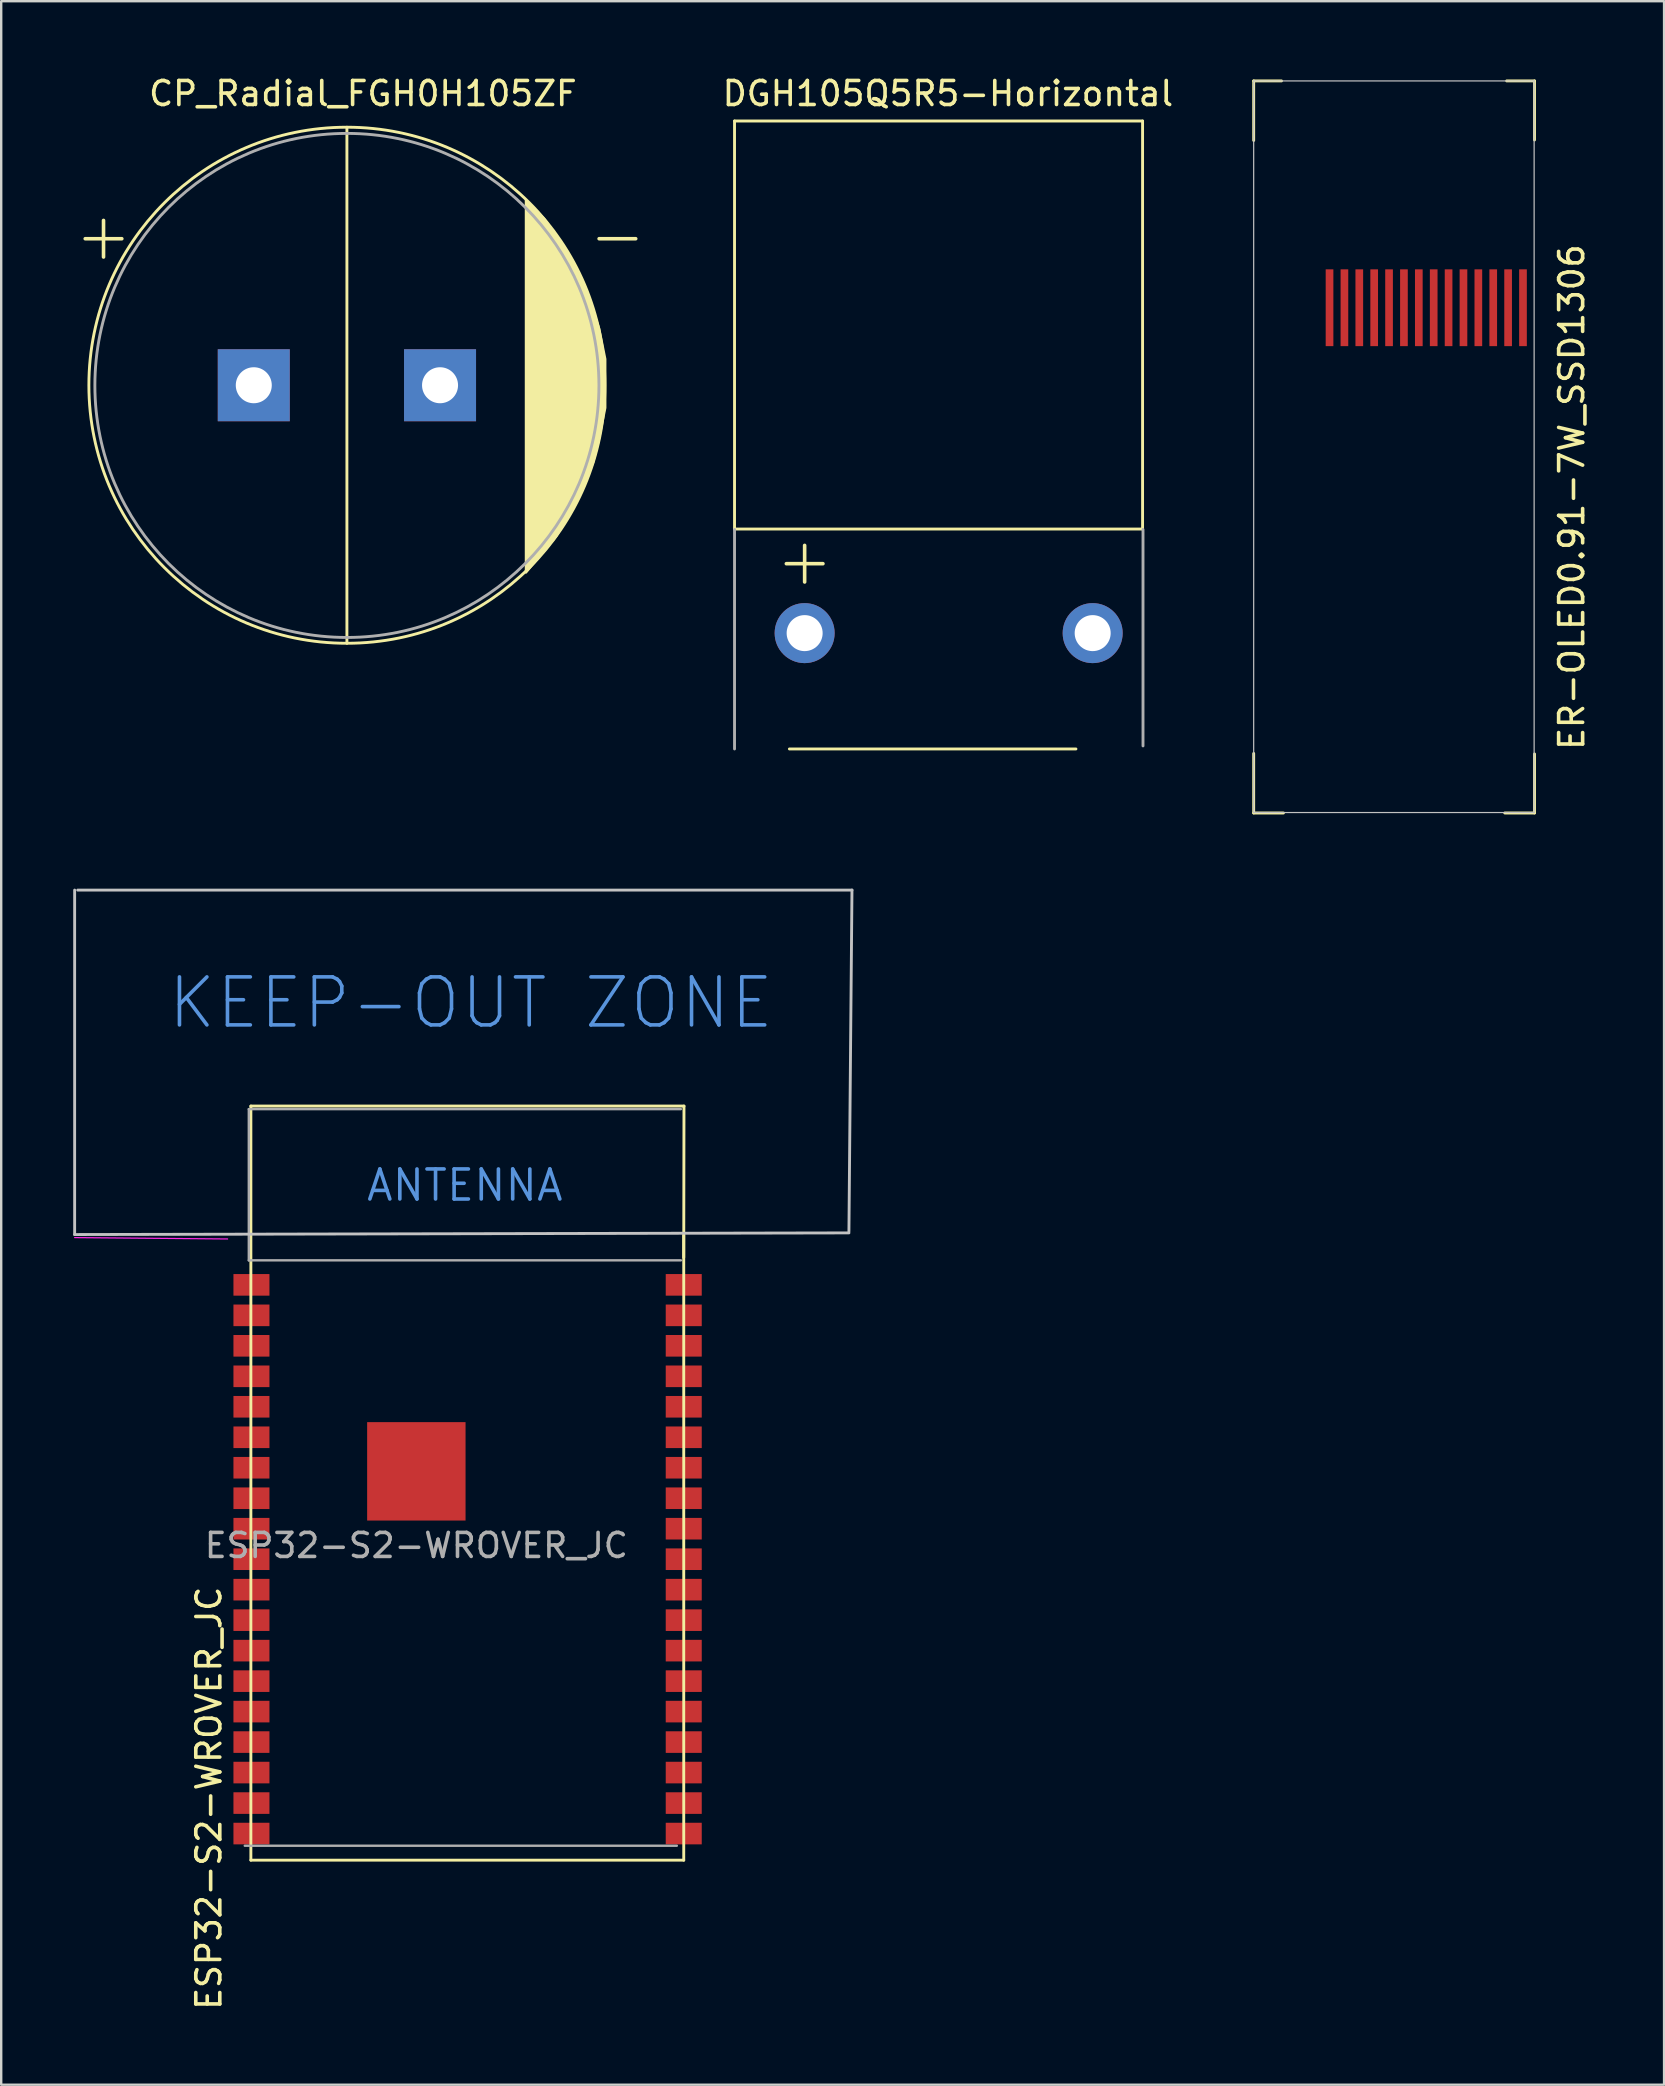
<source format=kicad_pcb>
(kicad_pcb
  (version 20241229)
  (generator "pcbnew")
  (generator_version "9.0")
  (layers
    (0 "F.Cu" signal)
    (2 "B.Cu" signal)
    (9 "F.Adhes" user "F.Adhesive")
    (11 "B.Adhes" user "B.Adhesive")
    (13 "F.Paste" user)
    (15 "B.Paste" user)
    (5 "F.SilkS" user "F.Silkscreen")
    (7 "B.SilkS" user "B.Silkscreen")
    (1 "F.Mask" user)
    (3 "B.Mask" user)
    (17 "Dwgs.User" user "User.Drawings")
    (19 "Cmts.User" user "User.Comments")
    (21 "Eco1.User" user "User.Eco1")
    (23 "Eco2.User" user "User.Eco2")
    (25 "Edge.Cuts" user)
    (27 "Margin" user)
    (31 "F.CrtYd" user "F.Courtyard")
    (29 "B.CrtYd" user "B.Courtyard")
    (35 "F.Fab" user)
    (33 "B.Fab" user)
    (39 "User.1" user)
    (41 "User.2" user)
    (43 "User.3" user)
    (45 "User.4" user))
  (footprint "ESP32-S2-WROVER_JC"
    (layer "F.Cu")
    (at 16.062 61.338)
    (property "Reference" "ESP32-S2-WROVER_JC" (at -10.41 10.53 90) (layer "F.SilkS") (effects (font (size 1 1) (thickness 0.15))))
    (attr smd)
    (fp_line (start -8.66 -18.307) (end -8.66 13.111) (stroke (width 0.12) (type solid)) (layer "F.SilkS"))
    (fp_line (start -8.66 -18.307) (end 9.384 -18.307) (stroke (width 0.12) (type solid)) (layer "F.SilkS"))
    (fp_line (start -8.66 13.111) (end 9.374 13.111) (stroke (width 0.12) (type solid)) (layer "F.SilkS"))
    (fp_line (start 9.374 -12.924) (end 9.374 13.111) (stroke (width 0.12) (type solid)) (layer "F.SilkS"))
    (fp_line (start 9.374 -12.002) (end 9.384 -18.307) (stroke (width 0.12) (type solid)) (layer "F.SilkS"))
    (fp_line (start -16.002 -27.305) (end -16.002 -12.954) (stroke (width 0.12) (type solid)) (layer "Dwgs.User"))
    (fp_line (start -16.002 -12.954) (end 16.256 -13.023) (stroke (width 0.12) (type solid)) (layer "Dwgs.User"))
    (fp_line (start -15.875 -27.305) (end 16.383 -27.305) (stroke (width 0.12) (type solid)) (layer "Dwgs.User"))
    (fp_line (start 16.383 -27.305) (end 16.256 -13.081) (stroke (width 0.12) (type solid)) (layer "Dwgs.User"))
    (fp_line (start -16.002 -12.827) (end -9.63 -12.77) (stroke (width 0.05) (type solid)) (layer "F.CrtYd"))
    (fp_line (start -8.914 12.509) (end 9.086 12.509) (stroke (width 0.1) (type solid)) (layer "F.Fab"))
    (fp_line (start -8.746 -18.18) (end 9.254 -18.18) (stroke (width 0.1) (type solid)) (layer "F.Fab"))
    (fp_line (start -8.746 -18.177) (end -8.746 -11.877) (stroke (width 0.1) (type solid)) (layer "F.Fab"))
    (fp_line (start 9.254 -11.88) (end -8.746 -11.88) (stroke (width 0.1) (type solid)) (layer "F.Fab"))
    (fp_text user "KEEP-OUT ZONE" (at 0.508 -22.606 0) (layer "Cmts.User") (effects (font (size 2 2) (thickness 0.15))))
    (fp_text user "ANTENNA" (at 0.254 -15.007 0) (layer "Cmts.User") (effects (font (size 1.25 1.25) (thickness 0.15))))
    (fp_text user "${REFERENCE}" (at -1.766 0 0) (layer "F.Fab") (effects (font (size 1 1) (thickness 0.15))))
    (pad "1" smd rect (at -8.636 -10.858 180) (size 1.5 0.9) (layers "F.Cu" "F.Mask" "F.Paste"))
    (pad "2" smd rect (at -8.636 -9.588 180) (size 1.5 0.9) (layers "F.Cu" "F.Mask" "F.Paste"))
    (pad "3" smd rect (at -8.636 -8.319 180) (size 1.5 0.9) (layers "F.Cu" "F.Mask" "F.Paste"))
    (pad "4" smd rect (at -8.636 -7.048 180) (size 1.5 0.9) (layers "F.Cu" "F.Mask" "F.Paste"))
    (pad "5" smd rect (at -8.636 -5.779 180) (size 1.5 0.9) (layers "F.Cu" "F.Mask" "F.Paste"))
    (pad "6" smd rect (at -8.636 -4.508 180) (size 1.5 0.9) (layers "F.Cu" "F.Mask" "F.Paste"))
    (pad "7" smd rect (at -8.636 -3.239 180) (size 1.5 0.9) (layers "F.Cu" "F.Mask" "F.Paste"))
    (pad "8" smd rect (at -8.636 -1.968 180) (size 1.5 0.9) (layers "F.Cu" "F.Mask" "F.Paste"))
    (pad "9" smd rect (at -8.636 -0.699 180) (size 1.5 0.9) (layers "F.Cu" "F.Mask" "F.Paste"))
    (pad "10" smd rect (at -8.636 0.572 180) (size 1.5 0.9) (layers "F.Cu" "F.Mask" "F.Paste"))
    (pad "11" smd rect (at -8.636 1.841 180) (size 1.5 0.9) (layers "F.Cu" "F.Mask" "F.Paste"))
    (pad "12" smd rect (at -8.636 3.111 180) (size 1.5 0.9) (layers "F.Cu" "F.Mask" "F.Paste"))
    (pad "13" smd rect (at -8.636 4.381 180) (size 1.5 0.9) (layers "F.Cu" "F.Mask" "F.Paste"))
    (pad "14" smd rect (at -8.636 5.652 180) (size 1.5 0.9) (layers "F.Cu" "F.Mask" "F.Paste"))
    (pad "15" smd rect (at -8.636 6.921 180) (size 1.5 0.9) (layers "F.Cu" "F.Mask" "F.Paste"))
    (pad "16" smd rect (at -8.636 8.191 180) (size 1.5 0.9) (layers "F.Cu" "F.Mask" "F.Paste"))
    (pad "17" smd rect (at -8.636 9.461 180) (size 1.5 0.9) (layers "F.Cu" "F.Mask" "F.Paste"))
    (pad "18" smd rect (at -8.636 10.732 90) (size 0.9 1.5) (layers "F.Cu" "F.Mask" "F.Paste"))
    (pad "19" smd rect (at -8.636 12.002 90) (size 0.9 1.5) (layers "F.Cu" "F.Mask" "F.Paste"))
    (pad "20" smd rect (at 9.374 12.002 90) (size 0.9 1.5) (layers "F.Cu" "F.Mask" "F.Paste"))
    (pad "21" smd rect (at 9.374 10.732 90) (size 0.9 1.5) (layers "F.Cu" "F.Mask" "F.Paste"))
    (pad "22" smd rect (at 9.374 9.461 90) (size 0.9 1.5) (layers "F.Cu" "F.Mask" "F.Paste"))
    (pad "23" smd rect (at 9.374 8.191 90) (size 0.9 1.5) (layers "F.Cu" "F.Mask" "F.Paste"))
    (pad "24" smd rect (at 9.374 6.921 90) (size 0.9 1.5) (layers "F.Cu" "F.Mask" "F.Paste"))
    (pad "25" smd rect (at 9.374 5.652 90) (size 0.9 1.5) (layers "F.Cu" "F.Mask" "F.Paste"))
    (pad "26" smd rect (at 9.374 4.381 90) (size 0.9 1.5) (layers "F.Cu" "F.Mask" "F.Paste"))
    (pad "27" smd rect (at 9.374 3.111) (size 1.5 0.9) (layers "F.Cu" "F.Mask" "F.Paste"))
    (pad "28" smd rect (at 9.374 1.841) (size 1.5 0.9) (layers "F.Cu" "F.Mask" "F.Paste"))
    (pad "29" smd rect (at 9.374 0.572) (size 1.5 0.9) (layers "F.Cu" "F.Mask" "F.Paste"))
    (pad "30" smd rect (at 9.374 -0.699) (size 1.5 0.9) (layers "F.Cu" "F.Mask" "F.Paste"))
    (pad "31" smd rect (at 9.374 -1.968) (size 1.5 0.9) (layers "F.Cu" "F.Mask" "F.Paste"))
    (pad "32" smd rect (at 9.374 -3.239) (size 1.5 0.9) (layers "F.Cu" "F.Mask" "F.Paste"))
    (pad "33" smd rect (at 9.374 -4.508) (size 1.5 0.9) (layers "F.Cu" "F.Mask" "F.Paste"))
    (pad "34" smd rect (at 9.374 -5.779) (size 1.5 0.9) (layers "F.Cu" "F.Mask" "F.Paste"))
    (pad "35" smd rect (at 9.374 -7.048) (size 1.5 0.9) (layers "F.Cu" "F.Mask" "F.Paste"))
    (pad "36" smd rect (at 9.374 -8.319) (size 1.5 0.9) (layers "F.Cu" "F.Mask" "F.Paste"))
    (pad "37" smd rect (at 9.374 -9.588) (size 1.5 0.9) (layers "F.Cu" "F.Mask" "F.Paste"))
    (pad "38" smd rect (at 9.374 -10.858) (size 1.5 0.9) (layers "F.Cu" "F.Mask" "F.Paste"))
    (pad "39" smd rect (at -1.766 -3.089) (size 4.1 4.1) (layers "F.Cu" "F.Mask" "F.Paste")))
  (footprint "CP_Radial_FGH0H105ZF‎"
    (layer "F.Cu")
    (at 13.783 0.48)
    (property "Reference" "CP_Radial_FGH0H105ZF‎" (at -1.714 0.368 0) (layer "F.SilkS") (effects (font (size 1 1) (thickness 0.15))))
    (attr through_hole)
    (fp_line (start -2.38 1.77) (end -2.38 23.27) (stroke (width 0.12) (type solid)) (layer "F.SilkS"))
    (fp_circle (center -2.38 12.52) (end 8.37 12.52) (stroke (width 0.12) (type solid)) (fill no) (layer "F.SilkS"))
    (fp_poly (pts (xy 5.842 5.588) (xy 6.858 7.112) (xy 7.62 8.636) (xy 8.128 10.16) (xy 8.382 11.43) (xy 8.382 13.462) (xy 8.128 14.732) (xy 7.874 15.748) (xy 7.112 17.526) (xy 6.35 18.796) (xy 5.08 20.32) (xy 5.08 4.826)) (stroke (width 0.1) (type solid)) (fill yes) (layer "F.SilkS"))
    (fp_circle (center -2.38 12.528) (end 8.12 12.528) (stroke (width 0.12) (type solid)) (fill no) (layer "F.Fab"))
    (fp_text user "-" (at 8.89 6.26 0) (layer "F.SilkS") (effects (font (size 2 2) (thickness 0.15))))
    (fp_text user "+" (at -12.52 6.26 0) (layer "F.SilkS") (effects (font (size 2 2) (thickness 0.15))))
    (pad "1" thru_hole rect (at -6.26 12.52) (size 3 3) (drill 1.5) (layers "*.Cu" "*.Mask"))
    (pad "2" thru_hole rect (at 1.5 12.52) (size 3 3) (drill 1.5) (layers "*.Cu" "*.Mask")))
  (footprint "DGH105Q5R5-Horizontal"
    (layer "F.Cu")
    (at 30.473 23.327)
    (property "Reference" "DGH105Q5R5-Horizontal" (at 5.969 -22.479 0) (layer "F.SilkS") (effects (font (size 1 1) (thickness 0.15))))
    (attr through_hole)
    (fp_line (start -2.921 -21.336) (end -2.921 -4.336) (stroke (width 0.12) (type solid)) (layer "F.SilkS"))
    (fp_line (start -2.921 -21.336) (end 14.079 -21.336) (stroke (width 0.12) (type solid)) (layer "F.SilkS"))
    (fp_line (start -2.921 -4.336) (end 14.079 -4.336) (stroke (width 0.12) (type solid)) (layer "F.SilkS"))
    (fp_line (start -0.635 4.826) (end 11.303 4.826) (stroke (width 0.12) (type solid)) (layer "F.SilkS"))
    (fp_line (start 14.079 -21.336) (end 14.079 -4.336) (stroke (width 0.12) (type solid)) (layer "F.SilkS"))
    (fp_line (start -2.921 -4.318) (end -2.921 4.826) (stroke (width 0.12) (type solid)) (layer "F.Fab"))
    (fp_line (start 14.097 -4.318) (end 14.097 4.699) (stroke (width 0.12) (type solid)) (layer "F.Fab"))
    (fp_text user "+" (at 0 -3.048 0) (layer "F.SilkS") (effects (font (size 2 2) (thickness 0.15))))
    (fp_text user "17x17x8.5 mm" (at -1.397 -12.446 90) (layer "Eco1.User") (effects (font (size 1 1) (thickness 0.15))))
    (pad "1" thru_hole circle (at 0 0) (size 2.5 2.5) (drill 1.5) (layers "*.Cu" "*.Mask"))
    (pad "2" thru_hole circle (at 12 0) (size 2.5 2.5) (drill 1.5) (layers "*.Cu" "*.Mask")))
  (footprint "ER-OLED0.91-7W_SSD1306"
    (layer "F.Cu")
    (at 49.198 0.25)
    (property "Reference" "ER-OLED0.91-7W_SSD1306" (at 13.233 17.411 90) (layer "F.SilkS") (effects (font (size 1 1) (thickness 0.15))))
    (attr through_hole)
    (fp_line (start -0.017 0.071) (end -0.017 2.551) (stroke (width 0.12) (type solid)) (layer "F.SilkS"))
    (fp_line (start -0.017 0.071) (end 1.143 0.071) (stroke (width 0.12) (type solid)) (layer "F.SilkS"))
    (fp_line (start -0.017 30.571) (end -0.017 28.091) (stroke (width 0.12) (type solid)) (layer "F.SilkS"))
    (fp_line (start -0.017 30.571) (end 1.223 30.571) (stroke (width 0.12) (type solid)) (layer "F.SilkS"))
    (fp_line (start 11.683 0.071) (end 10.523 0.071) (stroke (width 0.12) (type solid)) (layer "F.SilkS"))
    (fp_line (start 11.683 0.071) (end 11.683 2.531) (stroke (width 0.12) (type solid)) (layer "F.SilkS"))
    (fp_line (start 11.683 30.571) (end 10.443 30.571) (stroke (width 0.12) (type solid)) (layer "F.SilkS"))
    (fp_line (start 11.683 30.571) (end 11.683 28.111) (stroke (width 0.12) (type solid)) (layer "F.SilkS"))
    (fp_line (start -0.017 0.071) (end -0.017 30.551) (stroke (width 0.05) (type solid)) (layer "Dwgs.User"))
    (fp_line (start -0.017 30.551) (end 11.667 30.551) (stroke (width 0.05) (type solid)) (layer "Dwgs.User"))
    (fp_line (start 11.667 0.071) (end -0.017 0.071) (stroke (width 0.05) (type solid)) (layer "Dwgs.User"))
    (fp_line (start 11.667 30.551) (end 11.667 0.071) (stroke (width 0.05) (type solid)) (layer "Dwgs.User"))
    (fp_line (start 2.523 0.071) (end 2.523 10.571) (stroke (width 0.04) (type solid)) (layer "Eco2.User"))
    (fp_line (start 2.523 0.071) (end 11.683 0.071) (stroke (width 0.04) (type solid)) (layer "Eco2.User"))
    (fp_line (start 2.523 10.571) (end 11.683 10.571) (stroke (width 0.04) (type solid)) (layer "Eco2.User"))
    (fp_line (start 11.373 10.571) (end 11.373 8.471) (stroke (width 0.01) (type solid)) (layer "Eco2.User"))
    (fp_line (start 11.683 0.071) (end 11.683 10.571) (stroke (width 0.04) (type solid)) (layer "Eco2.User"))
    (fp_text user "30.5 x 11.7 mm" (at 10.541 24.384 90) (layer "Eco1.User") (effects (font (size 1 1) (thickness 0.15))))
    (fp_text user "Folded cable" (at 3.073 4.371 270) (layer "Eco2.User") (effects (font (size 0.5 0.5) (thickness 0.08))))
    (pad "1" smd rect (at 11.203 9.521 90) (size 3.2 0.32) (layers "F.Cu" "F.Mask" "F.Paste"))
    (pad "2" smd rect (at 10.583 9.521 270) (size 3.2 0.32) (layers "F.Cu" "F.Mask" "F.Paste"))
    (pad "3" smd rect (at 9.963 9.521 270) (size 3.2 0.32) (layers "F.Cu" "F.Mask" "F.Paste"))
    (pad "4" smd rect (at 9.343 9.521 270) (size 3.2 0.32) (layers "F.Cu" "F.Mask" "F.Paste"))
    (pad "5" smd rect (at 8.723 9.521 270) (size 3.2 0.32) (layers "F.Cu" "F.Mask" "F.Paste"))
    (pad "6" smd rect (at 8.103 9.521 270) (size 3.2 0.32) (layers "F.Cu" "F.Mask" "F.Paste"))
    (pad "7" smd rect (at 7.483 9.521 270) (size 3.2 0.32) (layers "F.Cu" "F.Mask" "F.Paste"))
    (pad "8" smd rect (at 6.863 9.521 270) (size 3.2 0.32) (layers "F.Cu" "F.Mask" "F.Paste"))
    (pad "9" smd rect (at 6.243 9.521 270) (size 3.2 0.32) (layers "F.Cu" "F.Mask" "F.Paste"))
    (pad "10" smd rect (at 5.623 9.521 270) (size 3.2 0.32) (layers "F.Cu" "F.Mask" "F.Paste"))
    (pad "11" smd rect (at 5.003 9.521 270) (size 3.2 0.32) (layers "F.Cu" "F.Mask" "F.Paste"))
    (pad "12" smd rect (at 4.383 9.521 270) (size 3.2 0.32) (layers "F.Cu" "F.Mask" "F.Paste"))
    (pad "13" smd rect (at 3.763 9.521 270) (size 3.2 0.32) (layers "F.Cu" "F.Mask" "F.Paste"))
    (pad "14" smd rect (at 3.143 9.521 270) (size 3.2 0.32) (layers "F.Cu" "F.Mask" "F.Paste")))
  (gr_rect
    (start -3 -3)
    (end 66.279 83.803)
    (stroke (width 0.1) (type default))
    (fill no)
    (layer "Edge.Cuts")))
</source>
